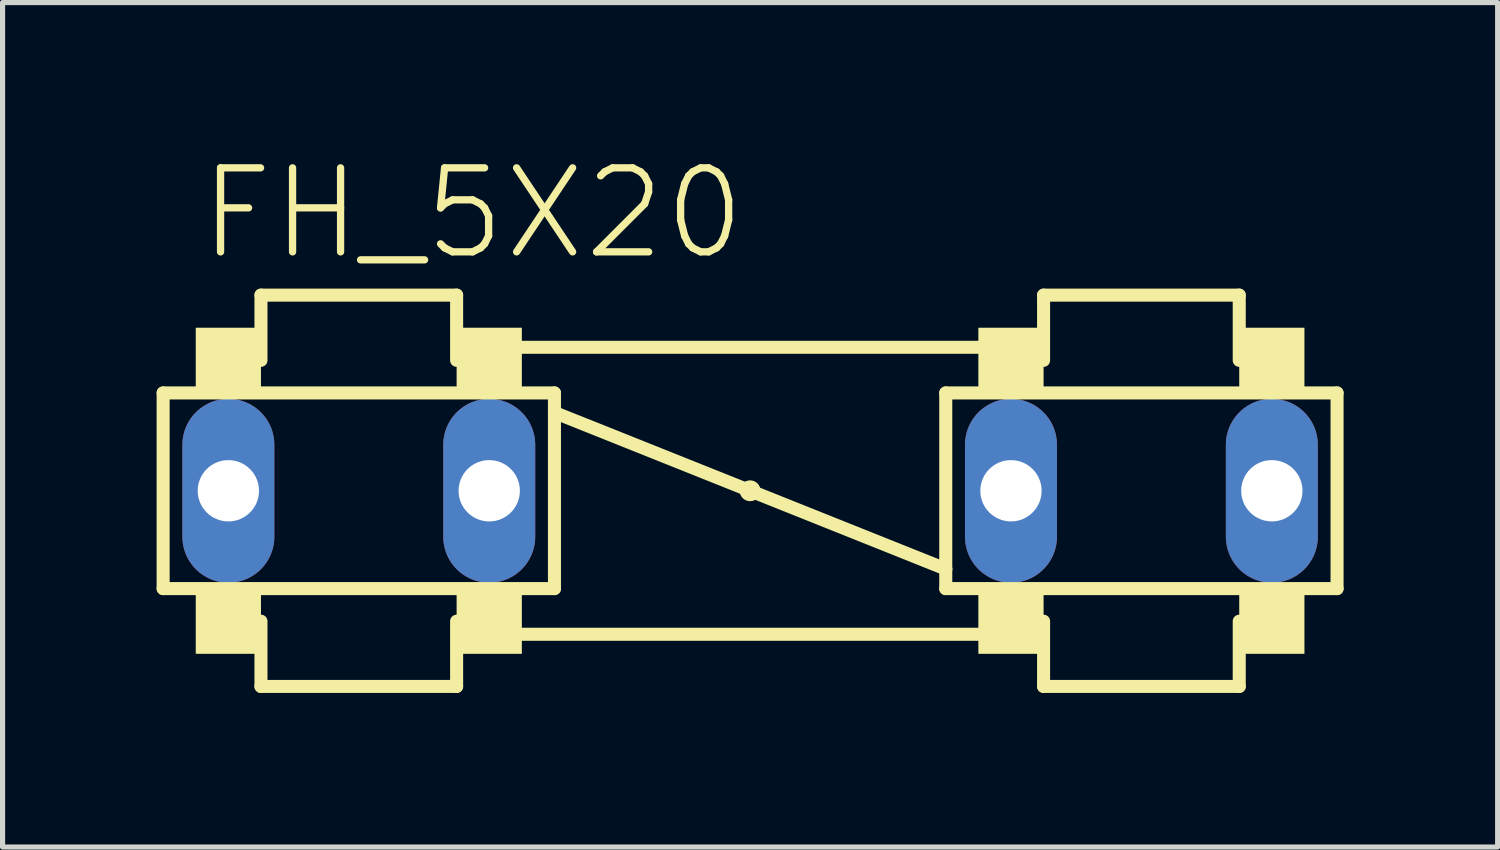
<source format=kicad_pcb>
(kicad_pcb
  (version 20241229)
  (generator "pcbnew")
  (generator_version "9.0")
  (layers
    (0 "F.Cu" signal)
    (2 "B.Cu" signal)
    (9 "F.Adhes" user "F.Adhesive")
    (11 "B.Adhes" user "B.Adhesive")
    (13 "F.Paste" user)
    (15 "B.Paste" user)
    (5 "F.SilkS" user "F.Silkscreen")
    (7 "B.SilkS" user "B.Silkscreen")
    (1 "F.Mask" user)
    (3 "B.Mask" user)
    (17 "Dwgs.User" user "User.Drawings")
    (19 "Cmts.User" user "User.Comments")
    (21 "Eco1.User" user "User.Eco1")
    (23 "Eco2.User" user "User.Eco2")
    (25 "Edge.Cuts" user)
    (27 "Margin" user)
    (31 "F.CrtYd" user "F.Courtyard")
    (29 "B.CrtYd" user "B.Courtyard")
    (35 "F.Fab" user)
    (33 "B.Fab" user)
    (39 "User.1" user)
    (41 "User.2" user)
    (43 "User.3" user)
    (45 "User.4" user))
  (footprint "FH_5X20"
    (layer "F.Cu")
    (at 11.557 6.507)
    (property "Reference" "FH_5X20" (at -10.795 -4.445 0) (layer "F.SilkS") (effects (font (size 1.636 1.636) (thickness 0.142)) (justify left bottom)))
    (fp_line (start -11.43 1.905) (end -11.43 -1.905) (stroke (width 0.254) (type solid)) (layer "F.SilkS"))
    (fp_line (start -9.525 -3.81) (end -5.715 -3.81) (stroke (width 0.254) (type solid)) (layer "F.SilkS"))
    (fp_line (start -9.525 -2.54) (end -9.525 -3.81) (stroke (width 0.254) (type solid)) (layer "F.SilkS"))
    (fp_line (start -9.525 2.54) (end -9.525 3.81) (stroke (width 0.254) (type solid)) (layer "F.SilkS"))
    (fp_line (start -5.715 -2.54) (end -5.715 -3.81) (stroke (width 0.254) (type solid)) (layer "F.SilkS"))
    (fp_line (start -5.715 3.81) (end -9.525 3.81) (stroke (width 0.254) (type solid)) (layer "F.SilkS"))
    (fp_line (start -5.715 3.81) (end -5.715 2.54) (stroke (width 0.254) (type solid)) (layer "F.SilkS"))
    (fp_line (start -4.445 -2.794) (end 4.445 -2.794) (stroke (width 0.254) (type solid)) (layer "F.SilkS"))
    (fp_line (start -4.445 2.794) (end 4.445 2.794) (stroke (width 0.254) (type solid)) (layer "F.SilkS"))
    (fp_line (start -3.81 -1.905) (end -11.43 -1.905) (stroke (width 0.254) (type solid)) (layer "F.SilkS"))
    (fp_line (start -3.81 -1.905) (end -3.81 -1.524) (stroke (width 0.254) (type solid)) (layer "F.SilkS"))
    (fp_line (start -3.81 -1.524) (end -3.81 1.905) (stroke (width 0.254) (type solid)) (layer "F.SilkS"))
    (fp_line (start -3.81 -1.524) (end 3.81 1.524) (stroke (width 0.254) (type solid)) (layer "F.SilkS"))
    (fp_line (start -3.81 1.905) (end -11.43 1.905) (stroke (width 0.254) (type solid)) (layer "F.SilkS"))
    (fp_line (start 3.81 1.524) (end 3.81 -1.905) (stroke (width 0.254) (type solid)) (layer "F.SilkS"))
    (fp_line (start 3.81 1.905) (end 3.81 1.524) (stroke (width 0.254) (type solid)) (layer "F.SilkS"))
    (fp_line (start 5.715 -3.81) (end 9.525 -3.81) (stroke (width 0.254) (type solid)) (layer "F.SilkS"))
    (fp_line (start 5.715 -2.54) (end 5.715 -3.81) (stroke (width 0.254) (type solid)) (layer "F.SilkS"))
    (fp_line (start 5.715 2.54) (end 5.715 3.81) (stroke (width 0.254) (type solid)) (layer "F.SilkS"))
    (fp_line (start 9.525 -2.54) (end 9.525 -3.81) (stroke (width 0.254) (type solid)) (layer "F.SilkS"))
    (fp_line (start 9.525 3.81) (end 5.715 3.81) (stroke (width 0.254) (type solid)) (layer "F.SilkS"))
    (fp_line (start 9.525 3.81) (end 9.525 2.54) (stroke (width 0.254) (type solid)) (layer "F.SilkS"))
    (fp_line (start 11.43 -1.905) (end 3.81 -1.905) (stroke (width 0.254) (type solid)) (layer "F.SilkS"))
    (fp_line (start 11.43 -1.905) (end 11.43 1.905) (stroke (width 0.254) (type solid)) (layer "F.SilkS"))
    (fp_line (start 11.43 1.905) (end 3.81 1.905) (stroke (width 0.254) (type solid)) (layer "F.SilkS"))
    (fp_circle (center 0 0) (end 0.127 0) (stroke (width 0.152) (type solid)) (fill no) (layer "F.SilkS"))
    (fp_poly (pts (xy -10.795 -1.905) (xy -9.525 -1.905) (xy -9.525 -3.175) (xy -10.795 -3.175)) (stroke (width 0) (type default)) (fill yes) (layer "F.SilkS"))
    (fp_poly (pts (xy -10.795 3.175) (xy -9.525 3.175) (xy -9.525 1.905) (xy -10.795 1.905)) (stroke (width 0) (type default)) (fill yes) (layer "F.SilkS"))
    (fp_poly (pts (xy -5.715 -1.905) (xy -4.445 -1.905) (xy -4.445 -3.175) (xy -5.715 -3.175)) (stroke (width 0) (type default)) (fill yes) (layer "F.SilkS"))
    (fp_poly (pts (xy -5.715 3.175) (xy -4.445 3.175) (xy -4.445 1.905) (xy -5.715 1.905)) (stroke (width 0) (type default)) (fill yes) (layer "F.SilkS"))
    (fp_poly (pts (xy 4.445 -1.905) (xy 5.715 -1.905) (xy 5.715 -3.175) (xy 4.445 -3.175)) (stroke (width 0) (type default)) (fill yes) (layer "F.SilkS"))
    (fp_poly (pts (xy 4.445 3.175) (xy 5.715 3.175) (xy 5.715 1.905) (xy 4.445 1.905)) (stroke (width 0) (type default)) (fill yes) (layer "F.SilkS"))
    (fp_poly (pts (xy 9.525 -1.905) (xy 10.795 -1.905) (xy 10.795 -3.175) (xy 9.525 -3.175)) (stroke (width 0) (type default)) (fill yes) (layer "F.SilkS"))
    (fp_poly (pts (xy 9.525 3.175) (xy 10.795 3.175) (xy 10.795 1.905) (xy 9.525 1.905)) (stroke (width 0) (type default)) (fill yes) (layer "F.SilkS"))
    (pad "1A" thru_hole oval (at -10.16 0 90) (size 3.581 1.791) (drill 1.194) (layers "*.Cu" "*.Mask"))
    (pad "1B" thru_hole oval (at -5.08 0 90) (size 3.581 1.791) (drill 1.194) (layers "*.Cu" "*.Mask"))
    (pad "2A" thru_hole oval (at 10.16 0 90) (size 3.581 1.791) (drill 1.194) (layers "*.Cu" "*.Mask"))
    (pad "2B" thru_hole oval (at 5.08 0 90) (size 3.581 1.791) (drill 1.194) (layers "*.Cu" "*.Mask")))
  (gr_rect
    (start -3 -3)
    (end 26.114 13.444)
    (stroke (width 0.1) (type default))
    (fill no)
    (layer "Edge.Cuts")))
</source>
